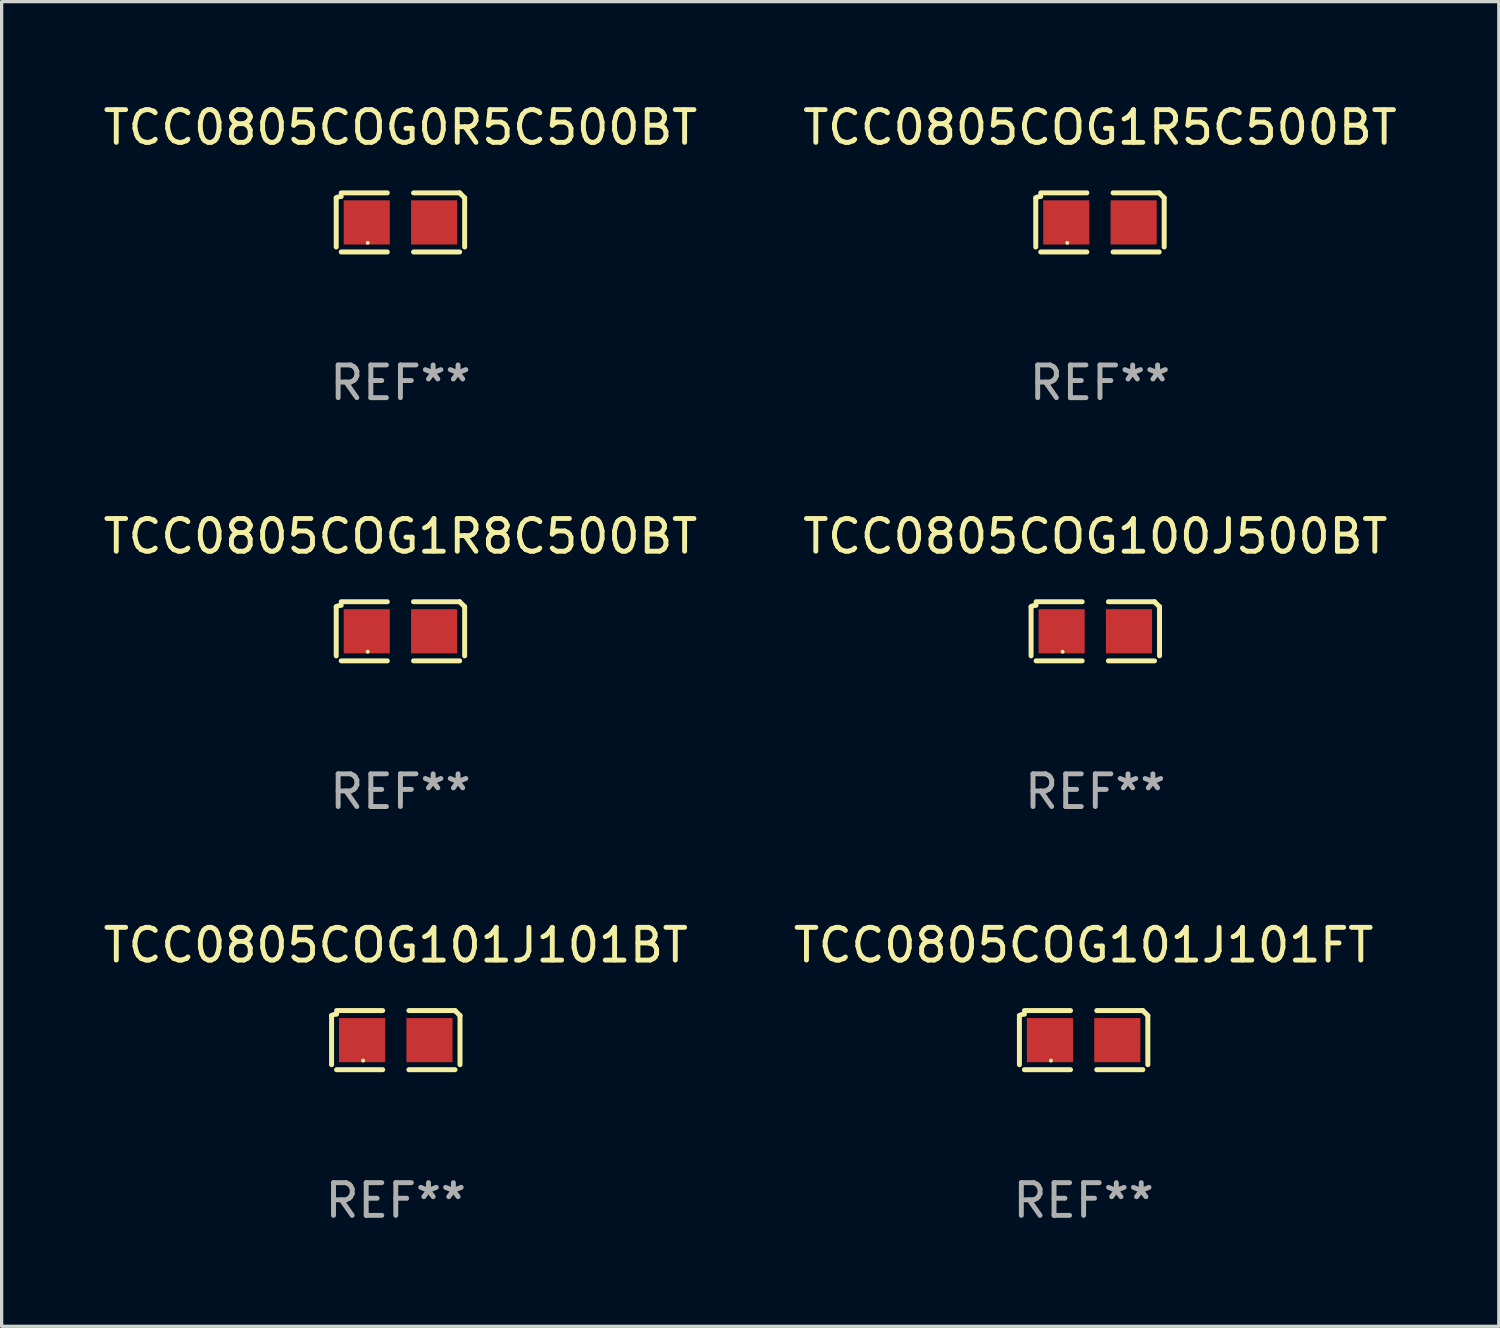
<source format=kicad_pcb>
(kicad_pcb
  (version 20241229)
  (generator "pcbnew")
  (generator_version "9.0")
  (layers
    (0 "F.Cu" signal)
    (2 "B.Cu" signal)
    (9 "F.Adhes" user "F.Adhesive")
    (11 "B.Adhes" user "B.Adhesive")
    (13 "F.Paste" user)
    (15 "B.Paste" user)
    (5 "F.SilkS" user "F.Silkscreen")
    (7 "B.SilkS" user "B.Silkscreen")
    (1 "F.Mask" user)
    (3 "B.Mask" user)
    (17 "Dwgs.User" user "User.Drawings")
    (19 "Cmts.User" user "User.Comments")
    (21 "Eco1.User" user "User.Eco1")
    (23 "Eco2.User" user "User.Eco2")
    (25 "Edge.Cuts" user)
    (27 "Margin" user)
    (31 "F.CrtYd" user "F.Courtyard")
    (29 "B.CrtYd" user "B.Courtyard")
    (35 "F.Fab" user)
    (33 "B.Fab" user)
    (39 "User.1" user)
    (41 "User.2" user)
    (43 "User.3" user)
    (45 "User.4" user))
  (footprint "TCC0805COG1R5C500BT"
    (layer "F.Cu")
    (at 30.589 3.752)
    (property "Reference" "TCC0805COG1R5C500BT" (at 0 -2.904 0) (layer "F.SilkS") (effects (font (size 1 1) (thickness 0.15))))
    (attr through_hole)
    (fp_line (start -1.964 0.751) (end -1.964 -0.751) (stroke (width 0.152) (type solid)) (layer "F.SilkS"))
    (fp_line (start -1.811 -0.904) (end -0.401 -0.904) (stroke (width 0.152) (type solid)) (layer "F.SilkS"))
    (fp_line (start -0.401 0.904) (end -1.811 0.904) (stroke (width 0.152) (type solid)) (layer "F.SilkS"))
    (fp_line (start 0.401 0.904) (end 1.811 0.904) (stroke (width 0.152) (type solid)) (layer "F.SilkS"))
    (fp_line (start 1.811 -0.904) (end 0.401 -0.904) (stroke (width 0.152) (type solid)) (layer "F.SilkS"))
    (fp_line (start 1.964 0.751) (end 1.964 -0.751) (stroke (width 0.152) (type solid)) (layer "F.SilkS"))
    (fp_arc (start -1.963602 -0.751207) (mid -1.890354 -0.783131) (end -1.811201 -0.794044) (stroke (width 0.1524) (type solid)) (layer "F.SilkS"))
    (fp_arc (start 1.811202 -0.903607) (mid 1.887413 -0.827418) (end 1.963602 -0.751207) (stroke (width 0.1524) (type solid)) (layer "F.SilkS"))
    (fp_circle (center -1 0.625) (end -0.97 0.625) (stroke (width 0.06) (type solid)) (fill no) (layer "F.SilkS"))
    (fp_text user "REF**" (at 0 4.904 0) (layer "F.Fab") (effects (font (size 1 1) (thickness 0.15))))
    (pad "1" smd rect (at -1.03 0) (size 1.41 1.35) (layers "F.Cu" "F.Mask" "F.Paste"))
    (pad "2" smd rect (at 1.03 0) (size 1.41 1.35) (layers "F.Cu" "F.Mask" "F.Paste")))
  (footprint "TCC0805COG100J500BT"
    (layer "F.Cu")
    (at 30.446 16.256)
    (property "Reference" "TCC0805COG100J500BT" (at 0 -2.904 0) (layer "F.SilkS") (effects (font (size 1 1) (thickness 0.15))))
    (attr through_hole)
    (fp_line (start -1.964 0.751) (end -1.964 -0.751) (stroke (width 0.152) (type solid)) (layer "F.SilkS"))
    (fp_line (start -1.811 -0.904) (end -0.401 -0.904) (stroke (width 0.152) (type solid)) (layer "F.SilkS"))
    (fp_line (start -0.401 0.904) (end -1.811 0.904) (stroke (width 0.152) (type solid)) (layer "F.SilkS"))
    (fp_line (start 0.401 0.904) (end 1.811 0.904) (stroke (width 0.152) (type solid)) (layer "F.SilkS"))
    (fp_line (start 1.811 -0.904) (end 0.401 -0.904) (stroke (width 0.152) (type solid)) (layer "F.SilkS"))
    (fp_line (start 1.964 0.751) (end 1.964 -0.751) (stroke (width 0.152) (type solid)) (layer "F.SilkS"))
    (fp_arc (start -1.963602 -0.751207) (mid -1.890354 -0.783131) (end -1.811201 -0.794044) (stroke (width 0.1524) (type solid)) (layer "F.SilkS"))
    (fp_arc (start 1.811202 -0.903607) (mid 1.887413 -0.827418) (end 1.963602 -0.751207) (stroke (width 0.1524) (type solid)) (layer "F.SilkS"))
    (fp_circle (center -1 0.625) (end -0.97 0.625) (stroke (width 0.06) (type solid)) (fill no) (layer "F.SilkS"))
    (fp_text user "REF**" (at 0 4.904 0) (layer "F.Fab") (effects (font (size 1 1) (thickness 0.15))))
    (pad "1" smd rect (at -1.03 0) (size 1.41 1.35) (layers "F.Cu" "F.Mask" "F.Paste"))
    (pad "2" smd rect (at 1.03 0) (size 1.41 1.35) (layers "F.Cu" "F.Mask" "F.Paste")))
  (footprint "TCC0805COG101J101BT"
    (layer "F.Cu")
    (at 9.054 28.759)
    (property "Reference" "TCC0805COG101J101BT" (at 0 -2.904 0) (layer "F.SilkS") (effects (font (size 1 1) (thickness 0.15))))
    (attr through_hole)
    (fp_line (start -1.964 0.751) (end -1.964 -0.751) (stroke (width 0.152) (type solid)) (layer "F.SilkS"))
    (fp_line (start -1.811 -0.904) (end -0.401 -0.904) (stroke (width 0.152) (type solid)) (layer "F.SilkS"))
    (fp_line (start -0.401 0.904) (end -1.811 0.904) (stroke (width 0.152) (type solid)) (layer "F.SilkS"))
    (fp_line (start 0.401 0.904) (end 1.811 0.904) (stroke (width 0.152) (type solid)) (layer "F.SilkS"))
    (fp_line (start 1.811 -0.904) (end 0.401 -0.904) (stroke (width 0.152) (type solid)) (layer "F.SilkS"))
    (fp_line (start 1.964 0.751) (end 1.964 -0.751) (stroke (width 0.152) (type solid)) (layer "F.SilkS"))
    (fp_arc (start -1.963602 -0.751207) (mid -1.890354 -0.783131) (end -1.811201 -0.794044) (stroke (width 0.1524) (type solid)) (layer "F.SilkS"))
    (fp_arc (start 1.811202 -0.903607) (mid 1.887413 -0.827418) (end 1.963602 -0.751207) (stroke (width 0.1524) (type solid)) (layer "F.SilkS"))
    (fp_circle (center -1 0.625) (end -0.97 0.625) (stroke (width 0.06) (type solid)) (fill no) (layer "F.SilkS"))
    (fp_text user "REF**" (at 0 4.904 0) (layer "F.Fab") (effects (font (size 1 1) (thickness 0.15))))
    (pad "1" smd rect (at -1.03 0) (size 1.41 1.35) (layers "F.Cu" "F.Mask" "F.Paste"))
    (pad "2" smd rect (at 1.03 0) (size 1.41 1.35) (layers "F.Cu" "F.Mask" "F.Paste")))
  (footprint "TCC0805COG1R8C500BT"
    (layer "F.Cu")
    (at 9.196 16.256)
    (property "Reference" "TCC0805COG1R8C500BT" (at 0 -2.904 0) (layer "F.SilkS") (effects (font (size 1 1) (thickness 0.15))))
    (attr through_hole)
    (fp_line (start -1.964 0.751) (end -1.964 -0.751) (stroke (width 0.152) (type solid)) (layer "F.SilkS"))
    (fp_line (start -1.811 -0.904) (end -0.401 -0.904) (stroke (width 0.152) (type solid)) (layer "F.SilkS"))
    (fp_line (start -0.401 0.904) (end -1.811 0.904) (stroke (width 0.152) (type solid)) (layer "F.SilkS"))
    (fp_line (start 0.401 0.904) (end 1.811 0.904) (stroke (width 0.152) (type solid)) (layer "F.SilkS"))
    (fp_line (start 1.811 -0.904) (end 0.401 -0.904) (stroke (width 0.152) (type solid)) (layer "F.SilkS"))
    (fp_line (start 1.964 0.751) (end 1.964 -0.751) (stroke (width 0.152) (type solid)) (layer "F.SilkS"))
    (fp_arc (start -1.963602 -0.751207) (mid -1.890354 -0.783131) (end -1.811201 -0.794044) (stroke (width 0.1524) (type solid)) (layer "F.SilkS"))
    (fp_arc (start 1.811202 -0.903607) (mid 1.887413 -0.827418) (end 1.963602 -0.751207) (stroke (width 0.1524) (type solid)) (layer "F.SilkS"))
    (fp_circle (center -1 0.625) (end -0.97 0.625) (stroke (width 0.06) (type solid)) (fill no) (layer "F.SilkS"))
    (fp_text user "REF**" (at 0 4.904 0) (layer "F.Fab") (effects (font (size 1 1) (thickness 0.15))))
    (pad "1" smd rect (at -1.03 0) (size 1.41 1.35) (layers "F.Cu" "F.Mask" "F.Paste"))
    (pad "2" smd rect (at 1.03 0) (size 1.41 1.35) (layers "F.Cu" "F.Mask" "F.Paste")))
  (footprint "TCC0805COG101J101FT"
    (layer "F.Cu")
    (at 30.089 28.759)
    (property "Reference" "TCC0805COG101J101FT" (at 0 -2.904 0) (layer "F.SilkS") (effects (font (size 1 1) (thickness 0.15))))
    (attr through_hole)
    (fp_line (start -1.964 0.751) (end -1.964 -0.751) (stroke (width 0.152) (type solid)) (layer "F.SilkS"))
    (fp_line (start -1.811 -0.904) (end -0.401 -0.904) (stroke (width 0.152) (type solid)) (layer "F.SilkS"))
    (fp_line (start -0.401 0.904) (end -1.811 0.904) (stroke (width 0.152) (type solid)) (layer "F.SilkS"))
    (fp_line (start 0.401 0.904) (end 1.811 0.904) (stroke (width 0.152) (type solid)) (layer "F.SilkS"))
    (fp_line (start 1.811 -0.904) (end 0.401 -0.904) (stroke (width 0.152) (type solid)) (layer "F.SilkS"))
    (fp_line (start 1.964 0.751) (end 1.964 -0.751) (stroke (width 0.152) (type solid)) (layer "F.SilkS"))
    (fp_arc (start -1.963602 -0.751207) (mid -1.890354 -0.783131) (end -1.811201 -0.794044) (stroke (width 0.1524) (type solid)) (layer "F.SilkS"))
    (fp_arc (start 1.811202 -0.903607) (mid 1.887413 -0.827418) (end 1.963602 -0.751207) (stroke (width 0.1524) (type solid)) (layer "F.SilkS"))
    (fp_circle (center -1 0.625) (end -0.97 0.625) (stroke (width 0.06) (type solid)) (fill no) (layer "F.SilkS"))
    (fp_text user "REF**" (at 0 4.904 0) (layer "F.Fab") (effects (font (size 1 1) (thickness 0.15))))
    (pad "1" smd rect (at -1.03 0) (size 1.41 1.35) (layers "F.Cu" "F.Mask" "F.Paste"))
    (pad "2" smd rect (at 1.03 0) (size 1.41 1.35) (layers "F.Cu" "F.Mask" "F.Paste")))
  (footprint "TCC0805COG0R5C500BT"
    (layer "F.Cu")
    (at 9.196 3.752)
    (property "Reference" "TCC0805COG0R5C500BT" (at 0 -2.904 0) (layer "F.SilkS") (effects (font (size 1 1) (thickness 0.15))))
    (attr through_hole)
    (fp_line (start -1.964 0.751) (end -1.964 -0.751) (stroke (width 0.152) (type solid)) (layer "F.SilkS"))
    (fp_line (start -1.811 -0.904) (end -0.401 -0.904) (stroke (width 0.152) (type solid)) (layer "F.SilkS"))
    (fp_line (start -0.401 0.904) (end -1.811 0.904) (stroke (width 0.152) (type solid)) (layer "F.SilkS"))
    (fp_line (start 0.401 0.904) (end 1.811 0.904) (stroke (width 0.152) (type solid)) (layer "F.SilkS"))
    (fp_line (start 1.811 -0.904) (end 0.401 -0.904) (stroke (width 0.152) (type solid)) (layer "F.SilkS"))
    (fp_line (start 1.964 0.751) (end 1.964 -0.751) (stroke (width 0.152) (type solid)) (layer "F.SilkS"))
    (fp_arc (start -1.963602 -0.751207) (mid -1.890354 -0.783131) (end -1.811201 -0.794044) (stroke (width 0.1524) (type solid)) (layer "F.SilkS"))
    (fp_arc (start 1.811202 -0.903607) (mid 1.887413 -0.827418) (end 1.963602 -0.751207) (stroke (width 0.1524) (type solid)) (layer "F.SilkS"))
    (fp_circle (center -1 0.625) (end -0.97 0.625) (stroke (width 0.06) (type solid)) (fill no) (layer "F.SilkS"))
    (fp_text user "REF**" (at 0 4.904 0) (layer "F.Fab") (effects (font (size 1 1) (thickness 0.15))))
    (pad "1" smd rect (at -1.03 0) (size 1.41 1.35) (layers "F.Cu" "F.Mask" "F.Paste"))
    (pad "2" smd rect (at 1.03 0) (size 1.41 1.35) (layers "F.Cu" "F.Mask" "F.Paste")))
  (gr_rect
    (start -3 -3)
    (end 42.786 37.511)
    (stroke (width 0.1) (type default))
    (fill no)
    (layer "Edge.Cuts")))
</source>
